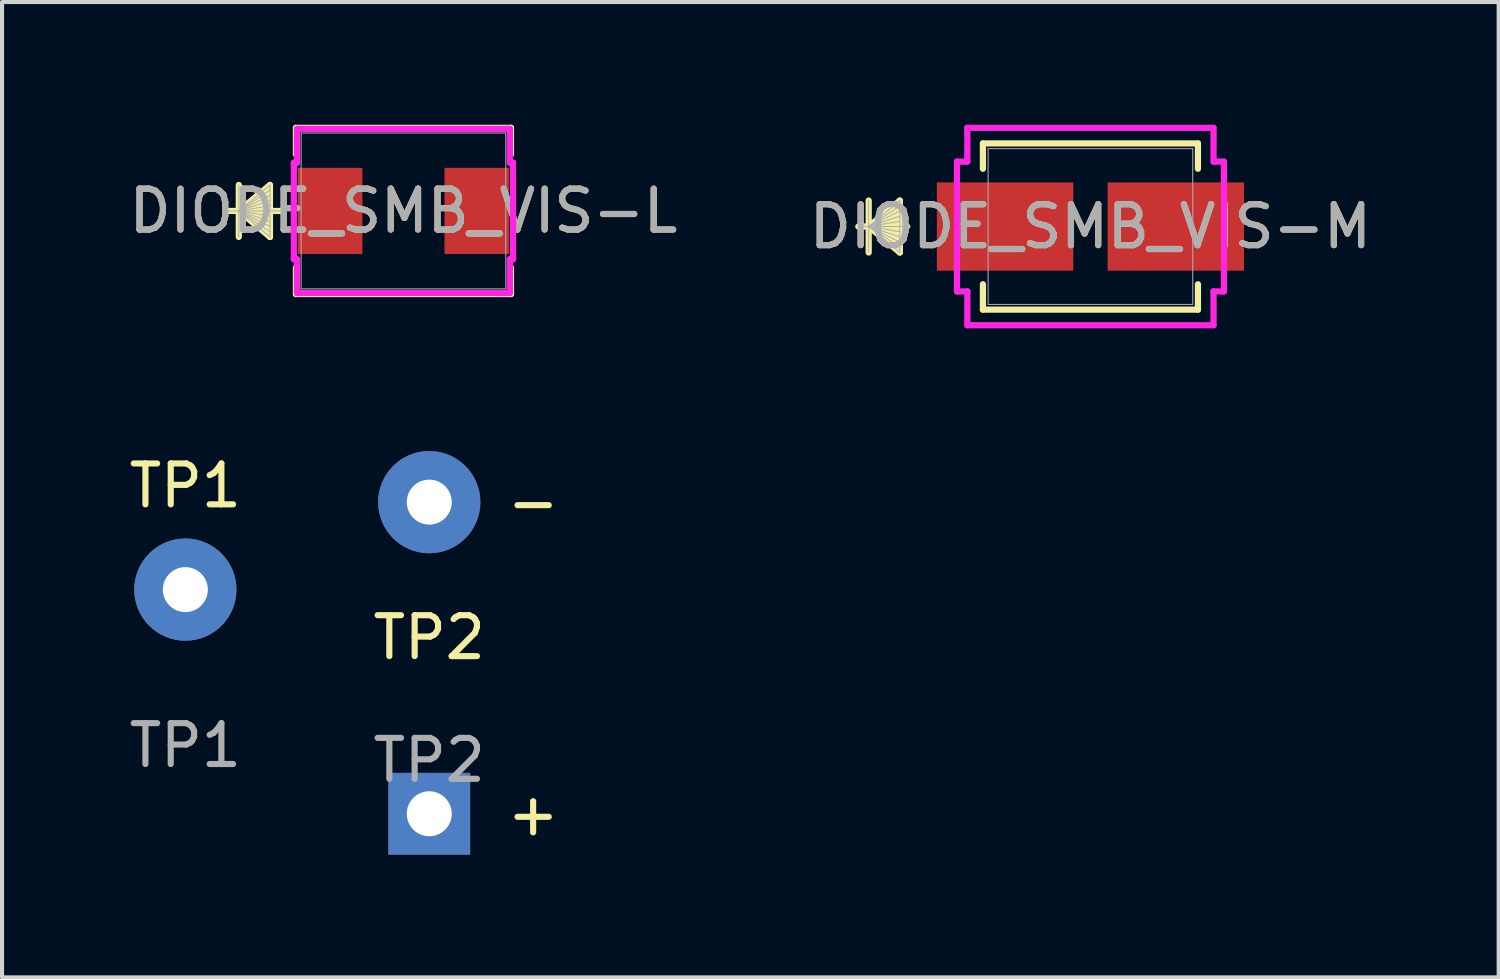
<source format=kicad_pcb>
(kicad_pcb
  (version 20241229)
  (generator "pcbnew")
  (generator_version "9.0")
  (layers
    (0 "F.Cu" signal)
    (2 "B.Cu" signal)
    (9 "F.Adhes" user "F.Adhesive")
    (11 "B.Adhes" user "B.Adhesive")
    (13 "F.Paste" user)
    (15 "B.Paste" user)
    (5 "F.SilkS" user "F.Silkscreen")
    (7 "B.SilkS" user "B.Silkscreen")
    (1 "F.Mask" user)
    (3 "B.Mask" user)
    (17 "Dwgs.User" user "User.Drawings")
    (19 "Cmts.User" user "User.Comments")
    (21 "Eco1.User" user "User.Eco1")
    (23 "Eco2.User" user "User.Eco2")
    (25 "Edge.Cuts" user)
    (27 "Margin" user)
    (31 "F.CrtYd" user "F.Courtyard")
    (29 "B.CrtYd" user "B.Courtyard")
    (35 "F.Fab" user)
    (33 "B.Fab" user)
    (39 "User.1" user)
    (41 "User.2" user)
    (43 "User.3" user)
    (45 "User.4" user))
  (footprint "TP1"
    (layer "F.Cu")
    (at 1.482 11.367)
    (property "Reference" "TP1" (at 0 -2.54 0) (unlocked yes) (layer "F.SilkS") (effects (font (size 1 1) (thickness 0.15))))
    (attr through_hole)
    (fp_text user "${REFERENCE}" (at 0 3.81 0) (unlocked yes) (layer "F.Fab") (effects (font (size 1 1) (thickness 0.15))))
    (pad "1" thru_hole circle (at 0 0) (size 2.5 2.5) (drill 1.1) (layers "*.Cu" "*.Mask")))
  (footprint "DIODE_SMB_VIS-M"
    (layer "F.Cu")
    (at 23.613 2.489)
    (property "Reference" "DIODE_SMB_VIS-M" (at 0 0 0) (unlocked yes) (layer "F.SilkS") (effects (font (size 1 1) (thickness 0.15))))
    (attr smd)
    (fp_line (start -5.422 -0.635) (end -5.422 0.635) (stroke (width 0.152) (type solid)) (layer "F.SilkS"))
    (fp_line (start -5.422 0) (end -4.66 -0.635) (stroke (width 0.152) (type solid)) (layer "F.SilkS"))
    (fp_line (start -5.422 0) (end -4.66 -0.508) (stroke (width 0.152) (type solid)) (layer "F.SilkS"))
    (fp_line (start -5.422 0) (end -4.66 -0.381) (stroke (width 0.152) (type solid)) (layer "F.SilkS"))
    (fp_line (start -5.422 0) (end -4.66 -0.254) (stroke (width 0.152) (type solid)) (layer "F.SilkS"))
    (fp_line (start -5.422 0) (end -4.66 -0.127) (stroke (width 0.152) (type solid)) (layer "F.SilkS"))
    (fp_line (start -5.422 0) (end -4.66 0.127) (stroke (width 0.152) (type solid)) (layer "F.SilkS"))
    (fp_line (start -5.422 0) (end -4.66 0.254) (stroke (width 0.152) (type solid)) (layer "F.SilkS"))
    (fp_line (start -5.422 0) (end -4.66 0.381) (stroke (width 0.152) (type solid)) (layer "F.SilkS"))
    (fp_line (start -5.422 0) (end -4.66 0.508) (stroke (width 0.152) (type solid)) (layer "F.SilkS"))
    (fp_line (start -5.422 0) (end -4.66 0.635) (stroke (width 0.152) (type solid)) (layer "F.SilkS"))
    (fp_line (start -4.66 -0.635) (end -4.66 0.635) (stroke (width 0.152) (type solid)) (layer "F.SilkS"))
    (fp_line (start -4.484 0) (end -5.676 0) (stroke (width 0.152) (type solid)) (layer "F.SilkS"))
    (fp_line (start -2.629 -2.032) (end -2.629 -1.412) (stroke (width 0.152) (type solid)) (layer "F.SilkS"))
    (fp_line (start -2.629 1.412) (end -2.629 2.032) (stroke (width 0.152) (type solid)) (layer "F.SilkS"))
    (fp_line (start -2.629 2.032) (end 2.629 2.032) (stroke (width 0.152) (type solid)) (layer "F.SilkS"))
    (fp_line (start 2.629 -2.032) (end -2.629 -2.032) (stroke (width 0.152) (type solid)) (layer "F.SilkS"))
    (fp_line (start 2.629 -1.412) (end 2.629 -2.032) (stroke (width 0.152) (type solid)) (layer "F.SilkS"))
    (fp_line (start 2.629 2.032) (end 2.629 1.412) (stroke (width 0.152) (type solid)) (layer "F.SilkS"))
    (fp_line (start -3.264 -1.587) (end -3.01 -1.587) (stroke (width 0.152) (type solid)) (layer "F.CrtYd"))
    (fp_line (start -3.264 1.587) (end -3.264 -1.587) (stroke (width 0.152) (type solid)) (layer "F.CrtYd"))
    (fp_line (start -3.01 -2.413) (end 3.01 -2.413) (stroke (width 0.152) (type solid)) (layer "F.CrtYd"))
    (fp_line (start -3.01 -1.587) (end -3.01 -2.413) (stroke (width 0.152) (type solid)) (layer "F.CrtYd"))
    (fp_line (start -3.01 1.587) (end -3.264 1.587) (stroke (width 0.152) (type solid)) (layer "F.CrtYd"))
    (fp_line (start -3.01 2.413) (end -3.01 1.587) (stroke (width 0.152) (type solid)) (layer "F.CrtYd"))
    (fp_line (start 3.01 -2.413) (end 3.01 -1.587) (stroke (width 0.152) (type solid)) (layer "F.CrtYd"))
    (fp_line (start 3.01 -1.587) (end 3.264 -1.587) (stroke (width 0.152) (type solid)) (layer "F.CrtYd"))
    (fp_line (start 3.01 1.587) (end 3.01 2.413) (stroke (width 0.152) (type solid)) (layer "F.CrtYd"))
    (fp_line (start 3.01 2.413) (end -3.01 2.413) (stroke (width 0.152) (type solid)) (layer "F.CrtYd"))
    (fp_line (start 3.264 -1.587) (end 3.264 1.587) (stroke (width 0.152) (type solid)) (layer "F.CrtYd"))
    (fp_line (start 3.264 1.587) (end 3.01 1.587) (stroke (width 0.152) (type solid)) (layer "F.CrtYd"))
    (fp_line (start -5.422 -0.635) (end -5.422 0.635) (stroke (width 0.025) (type solid)) (layer "F.Fab"))
    (fp_line (start -5.422 0) (end -4.66 -0.635) (stroke (width 0.025) (type solid)) (layer "F.Fab"))
    (fp_line (start -5.422 0) (end -4.66 -0.508) (stroke (width 0.025) (type solid)) (layer "F.Fab"))
    (fp_line (start -5.422 0) (end -4.66 -0.381) (stroke (width 0.025) (type solid)) (layer "F.Fab"))
    (fp_line (start -5.422 0) (end -4.66 -0.254) (stroke (width 0.025) (type solid)) (layer "F.Fab"))
    (fp_line (start -5.422 0) (end -4.66 -0.127) (stroke (width 0.025) (type solid)) (layer "F.Fab"))
    (fp_line (start -5.422 0) (end -4.66 0.127) (stroke (width 0.025) (type solid)) (layer "F.Fab"))
    (fp_line (start -5.422 0) (end -4.66 0.254) (stroke (width 0.025) (type solid)) (layer "F.Fab"))
    (fp_line (start -5.422 0) (end -4.66 0.381) (stroke (width 0.025) (type solid)) (layer "F.Fab"))
    (fp_line (start -5.422 0) (end -4.66 0.508) (stroke (width 0.025) (type solid)) (layer "F.Fab"))
    (fp_line (start -5.422 0) (end -4.66 0.635) (stroke (width 0.025) (type solid)) (layer "F.Fab"))
    (fp_line (start -4.66 -0.635) (end -4.66 0.635) (stroke (width 0.025) (type solid)) (layer "F.Fab"))
    (fp_line (start -4.406 0) (end -5.676 0) (stroke (width 0.025) (type solid)) (layer "F.Fab"))
    (fp_line (start -2.502 -1.905) (end -2.502 1.905) (stroke (width 0.025) (type solid)) (layer "F.Fab"))
    (fp_line (start -2.502 1.905) (end 2.502 1.905) (stroke (width 0.025) (type solid)) (layer "F.Fab"))
    (fp_line (start 2.502 -1.905) (end -2.502 -1.905) (stroke (width 0.025) (type solid)) (layer "F.Fab"))
    (fp_line (start 2.502 1.905) (end 2.502 -1.905) (stroke (width 0.025) (type solid)) (layer "F.Fab"))
    (fp_text user "${REFERENCE}" (at 0 0 0) (unlocked yes) (layer "F.Fab") (effects (font (size 1 1) (thickness 0.15))))
    (pad "1" smd rect (at -2.087 0 90) (size 2.159 3.337) (layers "F.Cu" "F.Mask" "F.Paste"))
    (pad "2" smd rect (at 2.087 0 90) (size 2.159 3.337) (layers "F.Cu" "F.Mask" "F.Paste"))
    (zone (net_name "") (layer "F.Cu") (hatch full 0.508) (connect_pads) (min_thickness 0.254) (filled_areas_thickness no) (keepout (tracks not_allowed) (vias not_allowed) (pads allowed) (copperpour not_allowed) (footprints allowed)) (placement (enabled no)) (fill) (polygon (pts (xy 21.162 0.635) (xy 26.064 0.635) (xy 26.064 1.359) (xy 21.162 1.359))))
    (zone (net_name "") (layer "F.Cu") (hatch full 0.508) (connect_pads) (min_thickness 0.254) (filled_areas_thickness no) (keepout (tracks not_allowed) (vias not_allowed) (pads allowed) (copperpour not_allowed) (footprints allowed)) (placement (enabled no)) (fill) (polygon (pts (xy 21.162 3.619) (xy 26.064 3.619) (xy 26.064 4.343) (xy 21.162 4.343))))
    (zone (net_name "") (layer "F.Cu") (hatch full 0.508) (connect_pads) (min_thickness 0.254) (filled_areas_thickness no) (keepout (tracks not_allowed) (vias not_allowed) (pads allowed) (copperpour not_allowed) (footprints allowed)) (placement (enabled no)) (fill) (polygon (pts (xy 23.245 1.359) (xy 23.981 1.359) (xy 23.981 3.619) (xy 23.245 3.619)))))
  (footprint "TP2"
    (layer "F.Cu")
    (at 7.446 13.038)
    (property "Reference" "TP2" (at 0 -0.5 0) (unlocked yes) (layer "F.SilkS") (effects (font (size 1 1) (thickness 0.15))))
    (attr through_hole)
    (fp_text user "+" (at 2.54 3.81 0) (unlocked yes) (layer "F.SilkS") (effects (font (size 1 1) (thickness 0.15))))
    (fp_text user "-" (at 2.54 -3.81 0) (unlocked yes) (layer "F.SilkS") (effects (font (size 1 1) (thickness 0.15))))
    (fp_text user "${REFERENCE}" (at 0 2.5 0) (unlocked yes) (layer "F.Fab") (effects (font (size 1 1) (thickness 0.15))))
    (pad "1" thru_hole circle (at 0 -3.81) (size 2.5 2.5) (drill 1.1) (layers "*.Cu" "*.Mask"))
    (pad "2" thru_hole rect (at 0 3.81) (size 2 2) (drill 1.1) (layers "*.Cu" "*.Mask")))
  (footprint "DIODE_SMB_VIS-L"
    (layer "F.Cu")
    (at 6.815 2.108)
    (property "Reference" "DIODE_SMB_VIS-L" (at 0 0 0) (unlocked yes) (layer "F.SilkS") (effects (font (size 1 1) (thickness 0.15))))
    (attr smd)
    (fp_line (start -4.026 -0.635) (end -4.026 0.635) (stroke (width 0.152) (type solid)) (layer "F.SilkS"))
    (fp_line (start -4.026 0) (end -3.264 -0.635) (stroke (width 0.152) (type solid)) (layer "F.SilkS"))
    (fp_line (start -4.026 0) (end -3.264 -0.508) (stroke (width 0.152) (type solid)) (layer "F.SilkS"))
    (fp_line (start -4.026 0) (end -3.264 -0.381) (stroke (width 0.152) (type solid)) (layer "F.SilkS"))
    (fp_line (start -4.026 0) (end -3.264 -0.254) (stroke (width 0.152) (type solid)) (layer "F.SilkS"))
    (fp_line (start -4.026 0) (end -3.264 -0.127) (stroke (width 0.152) (type solid)) (layer "F.SilkS"))
    (fp_line (start -4.026 0) (end -3.264 0.127) (stroke (width 0.152) (type solid)) (layer "F.SilkS"))
    (fp_line (start -4.026 0) (end -3.264 0.254) (stroke (width 0.152) (type solid)) (layer "F.SilkS"))
    (fp_line (start -4.026 0) (end -3.264 0.381) (stroke (width 0.152) (type solid)) (layer "F.SilkS"))
    (fp_line (start -4.026 0) (end -3.264 0.508) (stroke (width 0.152) (type solid)) (layer "F.SilkS"))
    (fp_line (start -4.026 0) (end -3.264 0.635) (stroke (width 0.152) (type solid)) (layer "F.SilkS"))
    (fp_line (start -3.264 -0.635) (end -3.264 0.635) (stroke (width 0.152) (type solid)) (layer "F.SilkS"))
    (fp_line (start -3.01 0) (end -4.28 0) (stroke (width 0.152) (type solid)) (layer "F.SilkS"))
    (fp_line (start -2.629 -2.032) (end -2.629 -1.383) (stroke (width 0.152) (type solid)) (layer "F.SilkS"))
    (fp_line (start -2.629 1.383) (end -2.629 2.032) (stroke (width 0.152) (type solid)) (layer "F.SilkS"))
    (fp_line (start -2.629 2.032) (end 2.629 2.032) (stroke (width 0.152) (type solid)) (layer "F.SilkS"))
    (fp_line (start 2.629 -2.032) (end -2.629 -2.032) (stroke (width 0.152) (type solid)) (layer "F.SilkS"))
    (fp_line (start 2.629 -1.383) (end 2.629 -2.032) (stroke (width 0.152) (type solid)) (layer "F.SilkS"))
    (fp_line (start 2.629 2.032) (end 2.629 1.383) (stroke (width 0.152) (type solid)) (layer "F.SilkS"))
    (fp_line (start -2.68 -1.181) (end -2.603 -1.181) (stroke (width 0.152) (type solid)) (layer "F.CrtYd"))
    (fp_line (start -2.68 1.181) (end -2.68 -1.181) (stroke (width 0.152) (type solid)) (layer "F.CrtYd"))
    (fp_line (start -2.603 -2.007) (end 2.603 -2.007) (stroke (width 0.152) (type solid)) (layer "F.CrtYd"))
    (fp_line (start -2.603 -1.181) (end -2.603 -2.007) (stroke (width 0.152) (type solid)) (layer "F.CrtYd"))
    (fp_line (start -2.603 1.181) (end -2.68 1.181) (stroke (width 0.152) (type solid)) (layer "F.CrtYd"))
    (fp_line (start -2.603 2.007) (end -2.603 1.181) (stroke (width 0.152) (type solid)) (layer "F.CrtYd"))
    (fp_line (start 2.603 -2.007) (end 2.603 -1.181) (stroke (width 0.152) (type solid)) (layer "F.CrtYd"))
    (fp_line (start 2.603 -1.181) (end 2.68 -1.181) (stroke (width 0.152) (type solid)) (layer "F.CrtYd"))
    (fp_line (start 2.603 1.181) (end 2.603 2.007) (stroke (width 0.152) (type solid)) (layer "F.CrtYd"))
    (fp_line (start 2.603 2.007) (end -2.603 2.007) (stroke (width 0.152) (type solid)) (layer "F.CrtYd"))
    (fp_line (start 2.68 -1.181) (end 2.68 1.181) (stroke (width 0.152) (type solid)) (layer "F.CrtYd"))
    (fp_line (start 2.68 1.181) (end 2.603 1.181) (stroke (width 0.152) (type solid)) (layer "F.CrtYd"))
    (fp_line (start -4.026 -0.635) (end -4.026 0.635) (stroke (width 0.025) (type solid)) (layer "F.Fab"))
    (fp_line (start -4.026 0) (end -3.264 -0.635) (stroke (width 0.025) (type solid)) (layer "F.Fab"))
    (fp_line (start -4.026 0) (end -3.264 -0.508) (stroke (width 0.025) (type solid)) (layer "F.Fab"))
    (fp_line (start -4.026 0) (end -3.264 -0.381) (stroke (width 0.025) (type solid)) (layer "F.Fab"))
    (fp_line (start -4.026 0) (end -3.264 -0.254) (stroke (width 0.025) (type solid)) (layer "F.Fab"))
    (fp_line (start -4.026 0) (end -3.264 -0.127) (stroke (width 0.025) (type solid)) (layer "F.Fab"))
    (fp_line (start -4.026 0) (end -3.264 0.127) (stroke (width 0.025) (type solid)) (layer "F.Fab"))
    (fp_line (start -4.026 0) (end -3.264 0.254) (stroke (width 0.025) (type solid)) (layer "F.Fab"))
    (fp_line (start -4.026 0) (end -3.264 0.381) (stroke (width 0.025) (type solid)) (layer "F.Fab"))
    (fp_line (start -4.026 0) (end -3.264 0.508) (stroke (width 0.025) (type solid)) (layer "F.Fab"))
    (fp_line (start -4.026 0) (end -3.264 0.635) (stroke (width 0.025) (type solid)) (layer "F.Fab"))
    (fp_line (start -3.264 -0.635) (end -3.264 0.635) (stroke (width 0.025) (type solid)) (layer "F.Fab"))
    (fp_line (start -3.01 0) (end -4.28 0) (stroke (width 0.025) (type solid)) (layer "F.Fab"))
    (fp_line (start -2.502 -1.905) (end -2.502 1.905) (stroke (width 0.025) (type solid)) (layer "F.Fab"))
    (fp_line (start -2.502 1.905) (end 2.502 1.905) (stroke (width 0.025) (type solid)) (layer "F.Fab"))
    (fp_line (start 2.502 -1.905) (end -2.502 -1.905) (stroke (width 0.025) (type solid)) (layer "F.Fab"))
    (fp_line (start 2.502 1.905) (end 2.502 -1.905) (stroke (width 0.025) (type solid)) (layer "F.Fab"))
    (fp_text user "${REFERENCE}" (at 0 0 0) (unlocked yes) (layer "F.Fab") (effects (font (size 1 1) (thickness 0.15))))
    (pad "1" smd rect (at -1.791 0 90) (size 2.108 1.575) (layers "F.Cu" "F.Mask" "F.Paste"))
    (pad "2" smd rect (at 1.791 0 90) (size 2.108 1.575) (layers "F.Cu" "F.Mask" "F.Paste"))
    (zone (net_name "") (layer "F.Cu") (hatch full 0.508) (connect_pads) (min_thickness 0.254) (filled_areas_thickness no) (keepout (tracks not_allowed) (vias not_allowed) (pads allowed) (copperpour not_allowed) (footprints allowed)) (placement (enabled no)) (fill) (polygon (pts (xy 4.364 0.254) (xy 9.267 0.254) (xy 9.267 0.978) (xy 4.364 0.978))))
    (zone (net_name "") (layer "F.Cu") (hatch full 0.508) (connect_pads) (min_thickness 0.254) (filled_areas_thickness no) (keepout (tracks not_allowed) (vias not_allowed) (pads allowed) (copperpour not_allowed) (footprints allowed)) (placement (enabled no)) (fill) (polygon (pts (xy 4.364 3.239) (xy 9.267 3.239) (xy 9.267 3.962) (xy 4.364 3.962))))
    (zone (net_name "") (layer "F.Cu") (hatch full 0.508) (connect_pads) (min_thickness 0.254) (filled_areas_thickness no) (keepout (tracks not_allowed) (vias not_allowed) (pads allowed) (copperpour not_allowed) (footprints allowed)) (placement (enabled no)) (fill) (polygon (pts (xy 5.863 0.978) (xy 7.768 0.978) (xy 7.768 3.239) (xy 5.863 3.239)))))
  (gr_rect
    (start -3 -3)
    (end 33.595 20.848)
    (stroke (width 0.1) (type default))
    (fill no)
    (layer "Edge.Cuts")))
</source>
